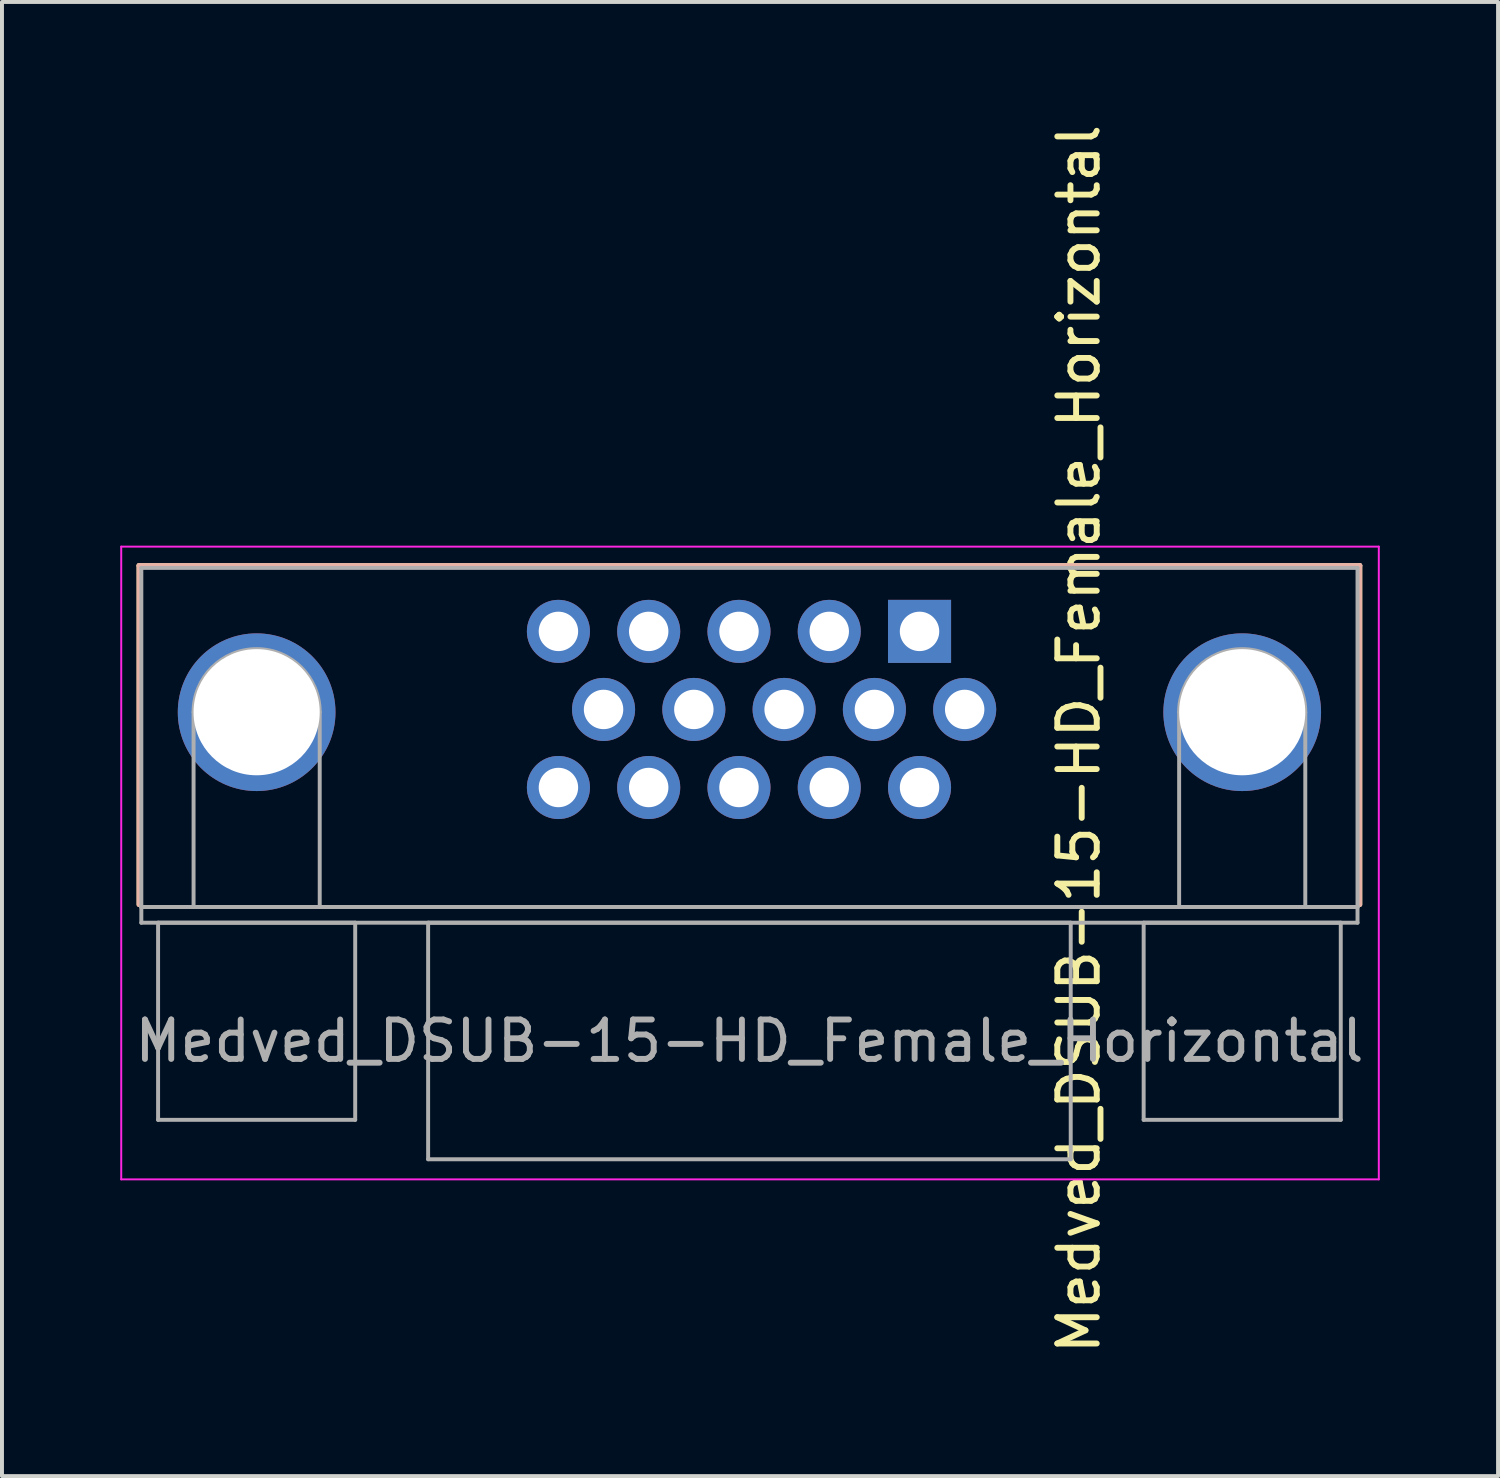
<source format=kicad_pcb>
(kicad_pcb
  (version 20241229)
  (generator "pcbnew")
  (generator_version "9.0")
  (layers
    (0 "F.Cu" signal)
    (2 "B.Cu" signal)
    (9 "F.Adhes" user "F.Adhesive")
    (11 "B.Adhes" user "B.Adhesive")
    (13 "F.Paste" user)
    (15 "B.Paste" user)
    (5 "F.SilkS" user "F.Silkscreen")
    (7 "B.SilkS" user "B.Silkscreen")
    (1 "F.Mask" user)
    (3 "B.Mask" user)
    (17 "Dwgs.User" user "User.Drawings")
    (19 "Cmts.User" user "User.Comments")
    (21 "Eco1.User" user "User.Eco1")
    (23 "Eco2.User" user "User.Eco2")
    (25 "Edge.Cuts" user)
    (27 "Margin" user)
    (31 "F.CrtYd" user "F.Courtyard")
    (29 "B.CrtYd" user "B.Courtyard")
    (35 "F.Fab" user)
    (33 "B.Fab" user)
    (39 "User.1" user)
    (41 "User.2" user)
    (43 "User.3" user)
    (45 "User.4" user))
  (footprint "Medved_DSUB-15-HD_Female_Horizontal"
    (layer "F.Cu")
    (at 20.275 12.966)
    (property "Reference" "Medved_DSUB-15-HD_Female_Horizontal" (at 4.04 2.73 90) (layer "F.SilkS") (effects (font (size 1 1) (thickness 0.15))))
    (attr through_hole)
    (fp_line (start -19.8 -1.67) (end 11.17 -1.67) (stroke (width 0.12) (type solid)) (layer "F.SilkS"))
    (fp_line (start -19.8 6.93) (end -19.8 -1.67) (stroke (width 0.12) (type solid)) (layer "F.SilkS"))
    (fp_line (start 11.17 -1.67) (end 11.17 6.93) (stroke (width 0.12) (type solid)) (layer "F.SilkS"))
    (fp_line (start -19.8 -1.67) (end 11.17 -1.67) (stroke (width 0.12) (type solid)) (layer "B.SilkS"))
    (fp_line (start -19.8 6.93) (end -19.8 -1.67) (stroke (width 0.12) (type solid)) (layer "B.SilkS"))
    (fp_line (start 11.17 -1.67) (end 11.17 6.93) (stroke (width 0.12) (type solid)) (layer "B.SilkS"))
    (fp_line (start -20.25 -2.15) (end -20.25 13.9) (stroke (width 0.05) (type solid)) (layer "F.CrtYd"))
    (fp_line (start -20.25 13.9) (end 11.65 13.9) (stroke (width 0.05) (type solid)) (layer "F.CrtYd"))
    (fp_line (start 11.65 -2.15) (end -20.25 -2.15) (stroke (width 0.05) (type solid)) (layer "F.CrtYd"))
    (fp_line (start 11.65 13.9) (end 11.65 -2.15) (stroke (width 0.05) (type solid)) (layer "F.CrtYd"))
    (fp_line (start -19.74 -1.61) (end -19.74 6.99) (stroke (width 0.1) (type solid)) (layer "F.Fab"))
    (fp_line (start -19.74 6.99) (end -19.74 7.39) (stroke (width 0.1) (type solid)) (layer "F.Fab"))
    (fp_line (start -19.74 6.99) (end 11.11 6.99) (stroke (width 0.1) (type solid)) (layer "F.Fab"))
    (fp_line (start -19.74 7.39) (end 11.11 7.39) (stroke (width 0.1) (type solid)) (layer "F.Fab"))
    (fp_line (start -19.315 7.39) (end -19.315 12.39) (stroke (width 0.1) (type solid)) (layer "F.Fab"))
    (fp_line (start -19.315 12.39) (end -14.315 12.39) (stroke (width 0.1) (type solid)) (layer "F.Fab"))
    (fp_line (start -18.415 6.99) (end -18.415 2.05) (stroke (width 0.1) (type solid)) (layer "F.Fab"))
    (fp_line (start -15.215 6.99) (end -15.215 2.05) (stroke (width 0.1) (type solid)) (layer "F.Fab"))
    (fp_line (start -14.315 7.39) (end -19.315 7.39) (stroke (width 0.1) (type solid)) (layer "F.Fab"))
    (fp_line (start -14.315 12.39) (end -14.315 7.39) (stroke (width 0.1) (type solid)) (layer "F.Fab"))
    (fp_line (start -12.465 7.39) (end -12.465 13.39) (stroke (width 0.1) (type solid)) (layer "F.Fab"))
    (fp_line (start -12.465 13.39) (end 3.835 13.39) (stroke (width 0.1) (type solid)) (layer "F.Fab"))
    (fp_line (start 3.835 7.39) (end -12.465 7.39) (stroke (width 0.1) (type solid)) (layer "F.Fab"))
    (fp_line (start 3.835 13.39) (end 3.835 7.39) (stroke (width 0.1) (type solid)) (layer "F.Fab"))
    (fp_line (start 5.685 7.39) (end 5.685 12.39) (stroke (width 0.1) (type solid)) (layer "F.Fab"))
    (fp_line (start 5.685 12.39) (end 10.685 12.39) (stroke (width 0.1) (type solid)) (layer "F.Fab"))
    (fp_line (start 6.585 6.99) (end 6.585 2.05) (stroke (width 0.1) (type solid)) (layer "F.Fab"))
    (fp_line (start 9.785 6.99) (end 9.785 2.05) (stroke (width 0.1) (type solid)) (layer "F.Fab"))
    (fp_line (start 10.685 7.39) (end 5.685 7.39) (stroke (width 0.1) (type solid)) (layer "F.Fab"))
    (fp_line (start 10.685 12.39) (end 10.685 7.39) (stroke (width 0.1) (type solid)) (layer "F.Fab"))
    (fp_line (start 11.11 -1.61) (end -19.74 -1.61) (stroke (width 0.1) (type solid)) (layer "F.Fab"))
    (fp_line (start 11.11 6.99) (end -19.74 6.99) (stroke (width 0.1) (type solid)) (layer "F.Fab"))
    (fp_line (start 11.11 6.99) (end 11.11 -1.61) (stroke (width 0.1) (type solid)) (layer "F.Fab"))
    (fp_line (start 11.11 7.39) (end 11.11 6.99) (stroke (width 0.1) (type solid)) (layer "F.Fab"))
    (fp_arc (start -18.415 2.05) (mid -16.815 0.45) (end -15.215 2.05) (stroke (width 0.1) (type solid)) (layer "F.Fab"))
    (fp_arc (start 6.585 2.05) (mid 8.185 0.45) (end 9.785 2.05) (stroke (width 0.1) (type solid)) (layer "F.Fab"))
    (fp_text user "${REFERENCE}" (at -4.315 10.39 0) (layer "F.Fab") (effects (font (size 1 1) (thickness 0.15))))
    (pad "0" thru_hole circle (at -16.815 2.05) (size 4 4) (drill 3.2) (layers "*.Cu" "*.Mask"))
    (pad "0" thru_hole circle (at 8.185 2.05) (size 4 4) (drill 3.2) (layers "*.Cu" "*.Mask"))
    (pad "1" thru_hole rect (at 0 0) (size 1.6 1.6) (drill 1) (layers "*.Cu" "*.Mask"))
    (pad "2" thru_hole circle (at -2.29 0) (size 1.6 1.6) (drill 1) (layers "*.Cu" "*.Mask"))
    (pad "3" thru_hole circle (at -4.58 0) (size 1.6 1.6) (drill 1) (layers "*.Cu" "*.Mask"))
    (pad "4" thru_hole circle (at -6.87 0) (size 1.6 1.6) (drill 1) (layers "*.Cu" "*.Mask"))
    (pad "5" thru_hole circle (at -9.16 0) (size 1.6 1.6) (drill 1) (layers "*.Cu" "*.Mask"))
    (pad "6" thru_hole circle (at 1.145 1.98) (size 1.6 1.6) (drill 1) (layers "*.Cu" "*.Mask"))
    (pad "7" thru_hole circle (at -1.145 1.98) (size 1.6 1.6) (drill 1) (layers "*.Cu" "*.Mask"))
    (pad "8" thru_hole circle (at -3.435 1.98) (size 1.6 1.6) (drill 1) (layers "*.Cu" "*.Mask"))
    (pad "9" thru_hole circle (at -5.725 1.98) (size 1.6 1.6) (drill 1) (layers "*.Cu" "*.Mask"))
    (pad "10" thru_hole circle (at -8.015 1.98) (size 1.6 1.6) (drill 1) (layers "*.Cu" "*.Mask"))
    (pad "11" thru_hole circle (at 0 3.96) (size 1.6 1.6) (drill 1) (layers "*.Cu" "*.Mask"))
    (pad "12" thru_hole circle (at -2.29 3.96) (size 1.6 1.6) (drill 1) (layers "*.Cu" "*.Mask"))
    (pad "13" thru_hole circle (at -4.58 3.96) (size 1.6 1.6) (drill 1) (layers "*.Cu" "*.Mask"))
    (pad "14" thru_hole circle (at -6.87 3.96) (size 1.6 1.6) (drill 1) (layers "*.Cu" "*.Mask"))
    (pad "15" thru_hole circle (at -9.16 3.96) (size 1.6 1.6) (drill 1) (layers "*.Cu" "*.Mask")))
  (gr_rect
    (start -3 -3)
    (end 34.95 34.393)
    (stroke (width 0.1) (type default))
    (fill no)
    (layer "Edge.Cuts")))
</source>
